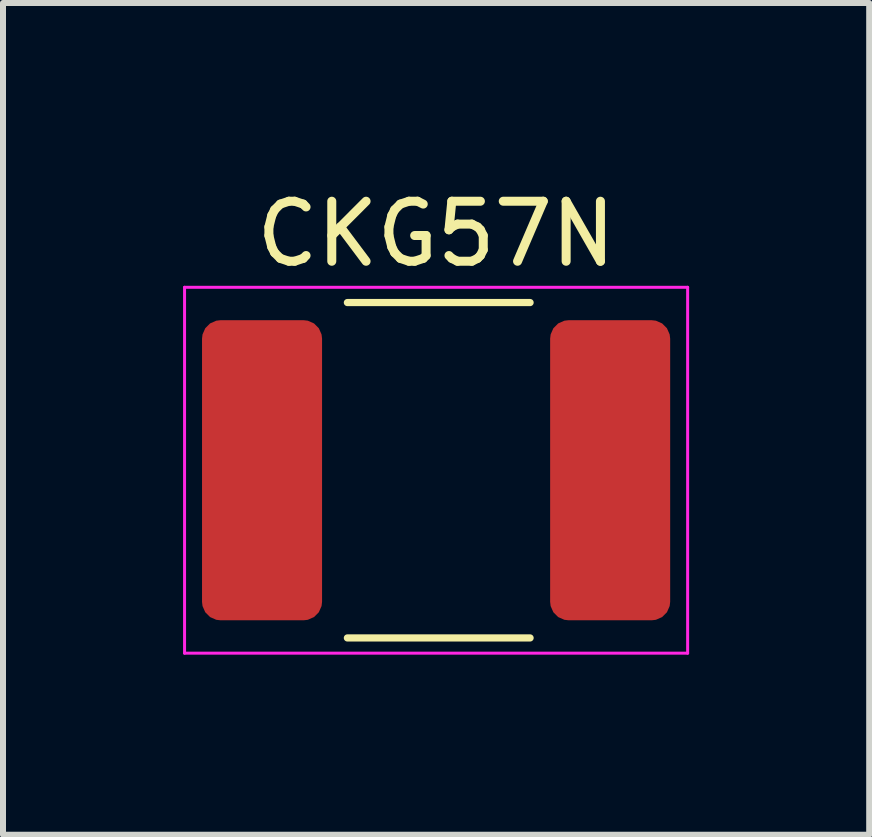
<source format=kicad_pcb>
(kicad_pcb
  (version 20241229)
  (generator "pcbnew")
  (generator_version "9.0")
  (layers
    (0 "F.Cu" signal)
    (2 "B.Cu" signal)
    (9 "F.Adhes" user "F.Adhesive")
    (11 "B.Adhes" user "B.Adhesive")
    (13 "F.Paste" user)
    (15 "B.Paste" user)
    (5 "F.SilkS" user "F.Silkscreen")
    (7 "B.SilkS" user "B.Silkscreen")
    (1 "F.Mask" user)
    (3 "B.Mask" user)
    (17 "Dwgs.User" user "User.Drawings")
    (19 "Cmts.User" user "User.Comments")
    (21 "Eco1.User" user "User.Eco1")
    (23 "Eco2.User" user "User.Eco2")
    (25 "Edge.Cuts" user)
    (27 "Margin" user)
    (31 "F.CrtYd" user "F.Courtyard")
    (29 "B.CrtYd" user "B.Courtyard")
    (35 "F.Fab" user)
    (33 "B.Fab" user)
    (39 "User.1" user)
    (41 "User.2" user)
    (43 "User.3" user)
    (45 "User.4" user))
  (footprint "CKG57N"
    (layer "F.Cu")
    (at 4.216 4.785)
    (property "Reference" "CKG57N" (at 0 -3.937 0) (unlocked yes) (layer "F.SilkS") (effects (font (size 1 1) (thickness 0.15))))
    (attr smd)
    (fp_line (start -1.478 -2.794) (end 1.566 -2.794) (stroke (width 0.12) (type solid)) (layer "F.SilkS"))
    (fp_line (start -1.478 2.794) (end 1.566 2.794) (stroke (width 0.12) (type solid)) (layer "F.SilkS"))
    (fp_line (start -4.191 -3.048) (end 4.191 -3.048) (stroke (width 0.05) (type solid)) (layer "F.CrtYd"))
    (fp_line (start -4.191 3.048) (end -4.191 -3.048) (stroke (width 0.05) (type solid)) (layer "F.CrtYd"))
    (fp_line (start 4.191 -3.048) (end 4.191 3.048) (stroke (width 0.05) (type solid)) (layer "F.CrtYd"))
    (fp_line (start 4.191 3.048) (end -4.191 3.048) (stroke (width 0.05) (type solid)) (layer "F.CrtYd"))
    (pad "1" smd roundrect (at -2.9 0) (size 2 5) (layers "F.Cu" "F.Mask" "F.Paste") (roundrect_rratio 0.154))
    (pad "2" smd roundrect (at 2.9 0) (size 2 5) (layers "F.Cu" "F.Mask" "F.Paste") (roundrect_rratio 0.154)))
  (gr_rect
    (start -3 -3)
    (end 11.432 10.858)
    (stroke (width 0.1) (type default))
    (fill no)
    (layer "Edge.Cuts")))
</source>
